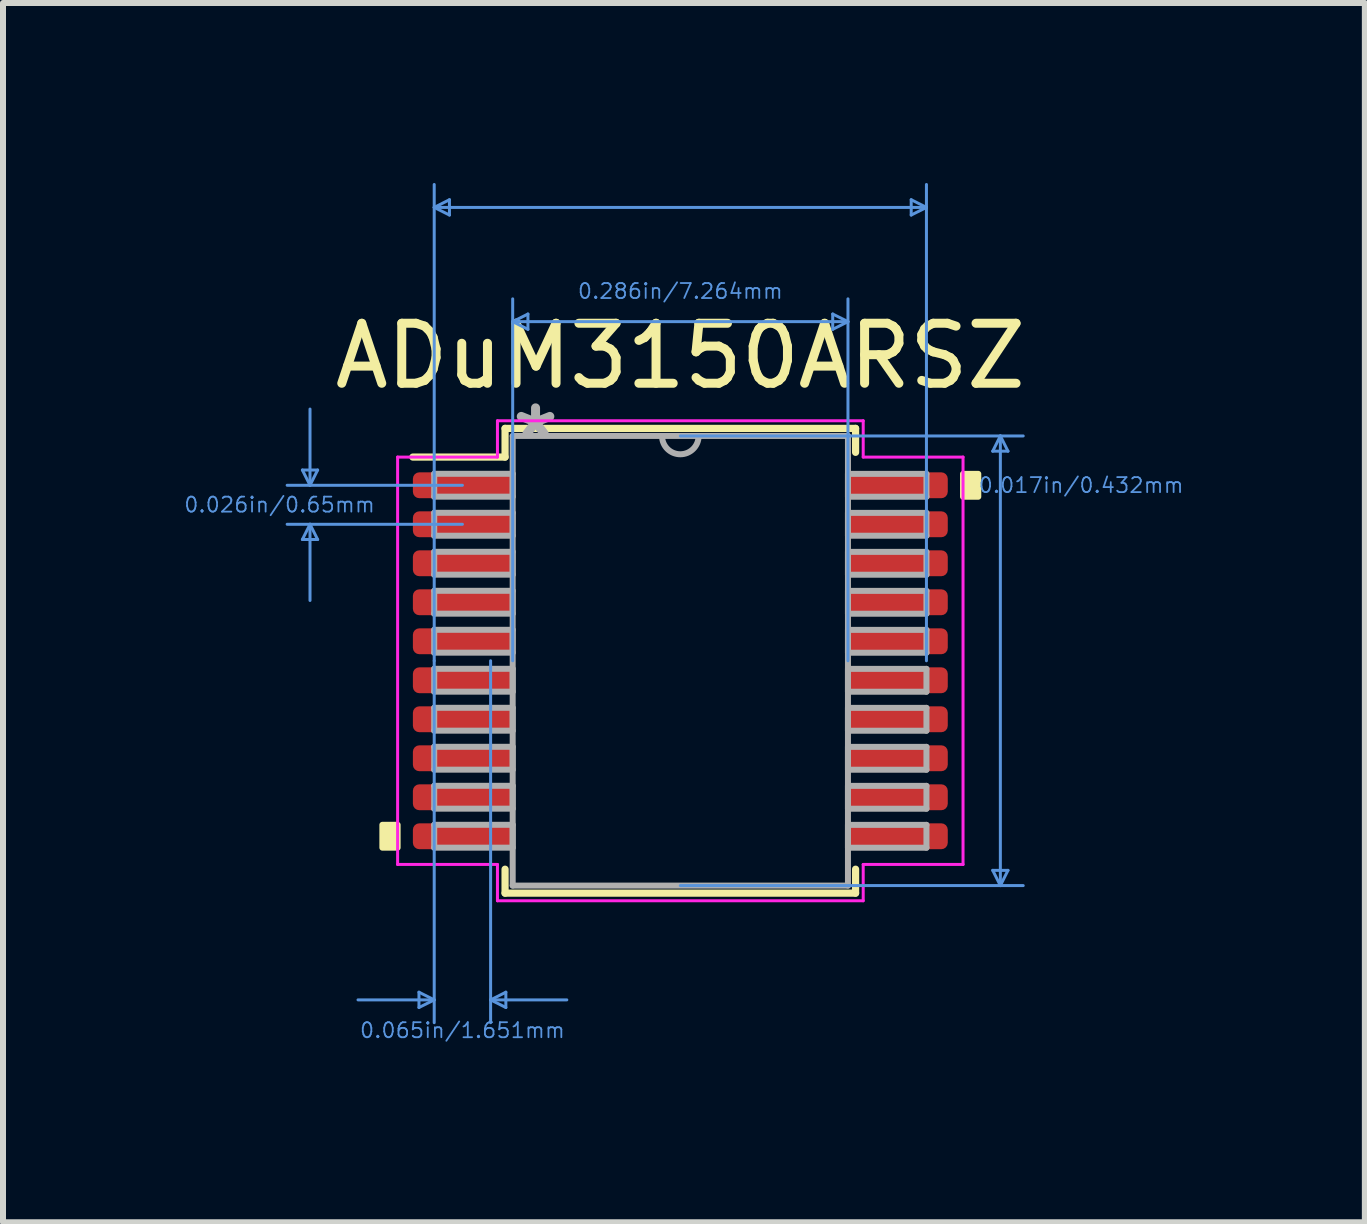
<source format=kicad_pcb>
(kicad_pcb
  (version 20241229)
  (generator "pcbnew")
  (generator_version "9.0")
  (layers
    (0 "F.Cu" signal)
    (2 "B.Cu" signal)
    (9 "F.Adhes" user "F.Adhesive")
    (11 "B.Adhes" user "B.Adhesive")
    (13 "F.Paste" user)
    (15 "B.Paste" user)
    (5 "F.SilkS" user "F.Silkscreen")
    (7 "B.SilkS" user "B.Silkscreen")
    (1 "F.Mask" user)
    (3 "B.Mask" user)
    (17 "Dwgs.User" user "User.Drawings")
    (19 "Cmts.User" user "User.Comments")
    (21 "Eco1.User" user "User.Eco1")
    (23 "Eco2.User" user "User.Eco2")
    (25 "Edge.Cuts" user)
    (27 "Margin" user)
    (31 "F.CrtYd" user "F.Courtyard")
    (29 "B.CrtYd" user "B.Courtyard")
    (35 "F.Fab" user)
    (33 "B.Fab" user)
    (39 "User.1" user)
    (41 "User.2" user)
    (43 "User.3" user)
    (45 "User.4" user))
  (footprint "ADuM3150ARSZ"
    (layer "F.Cu")
    (at 8.289 7.963)
    (property "Reference" "ADuM3150ARSZ" (at 0 -5.08 0) (layer "F.SilkS") (effects (font (size 1 1) (thickness 0.15))))
    (attr through_hole)
    (fp_line (start -2.921 -3.873) (end -2.921 -3.395) (stroke (width 0.12) (type solid)) (layer "F.SilkS"))
    (fp_line (start -2.921 -3.395) (end -4.458 -3.395) (stroke (width 0.12) (type solid)) (layer "F.SilkS"))
    (fp_line (start -2.921 3.474) (end -2.921 3.873) (stroke (width 0.12) (type solid)) (layer "F.SilkS"))
    (fp_line (start -2.921 3.873) (end 2.921 3.873) (stroke (width 0.12) (type solid)) (layer "F.SilkS"))
    (fp_line (start 2.921 -3.873) (end -2.921 -3.873) (stroke (width 0.12) (type solid)) (layer "F.SilkS"))
    (fp_line (start 2.921 -3.474) (end 2.921 -3.873) (stroke (width 0.12) (type solid)) (layer "F.SilkS"))
    (fp_line (start 2.921 3.873) (end 2.921 3.474) (stroke (width 0.12) (type solid)) (layer "F.SilkS"))
    (fp_poly (pts (xy -4.966 2.734) (xy -4.966 3.115) (xy -4.712 3.115) (xy -4.712 2.734)) (stroke (width 0.1) (type solid)) (fill yes) (layer "F.SilkS"))
    (fp_poly (pts (xy 4.966 -3.115) (xy 4.966 -2.734) (xy 4.712 -2.734) (xy 4.712 -3.115)) (stroke (width 0.1) (type solid)) (fill yes) (layer "F.SilkS"))
    (fp_line (start -6.299 -3.179) (end -6.045 -3.179) (stroke (width 0.05) (type solid)) (layer "Cmts.User"))
    (fp_line (start -6.299 -2.021) (end -6.045 -2.021) (stroke (width 0.05) (type solid)) (layer "Cmts.User"))
    (fp_line (start -6.172 -2.925) (end -6.299 -3.179) (stroke (width 0.05) (type solid)) (layer "Cmts.User"))
    (fp_line (start -6.172 -2.925) (end -6.172 -4.195) (stroke (width 0.05) (type solid)) (layer "Cmts.User"))
    (fp_line (start -6.172 -2.925) (end -6.045 -3.179) (stroke (width 0.05) (type solid)) (layer "Cmts.User"))
    (fp_line (start -6.172 -2.275) (end -6.299 -2.021) (stroke (width 0.05) (type solid)) (layer "Cmts.User"))
    (fp_line (start -6.172 -2.275) (end -6.172 -1.005) (stroke (width 0.05) (type solid)) (layer "Cmts.User"))
    (fp_line (start -6.172 -2.275) (end -6.045 -2.021) (stroke (width 0.05) (type solid)) (layer "Cmts.User"))
    (fp_line (start -4.356 5.524) (end -4.356 5.779) (stroke (width 0.05) (type solid)) (layer "Cmts.User"))
    (fp_line (start -4.102 -7.556) (end -3.848 -7.684) (stroke (width 0.05) (type solid)) (layer "Cmts.User"))
    (fp_line (start -4.102 -7.556) (end -3.848 -7.429) (stroke (width 0.05) (type solid)) (layer "Cmts.User"))
    (fp_line (start -4.102 -7.556) (end 4.102 -7.556) (stroke (width 0.05) (type solid)) (layer "Cmts.User"))
    (fp_line (start -4.102 0) (end -4.102 -7.938) (stroke (width 0.05) (type solid)) (layer "Cmts.User"))
    (fp_line (start -4.102 0) (end -4.102 6.032) (stroke (width 0.05) (type solid)) (layer "Cmts.User"))
    (fp_line (start -4.102 5.652) (end -5.372 5.652) (stroke (width 0.05) (type solid)) (layer "Cmts.User"))
    (fp_line (start -4.102 5.652) (end -4.356 5.524) (stroke (width 0.05) (type solid)) (layer "Cmts.User"))
    (fp_line (start -4.102 5.652) (end -4.356 5.779) (stroke (width 0.05) (type solid)) (layer "Cmts.User"))
    (fp_line (start -3.848 -7.684) (end -3.848 -7.429) (stroke (width 0.05) (type solid)) (layer "Cmts.User"))
    (fp_line (start -3.632 -2.925) (end -6.553 -2.925) (stroke (width 0.05) (type solid)) (layer "Cmts.User"))
    (fp_line (start -3.632 -2.275) (end -6.553 -2.275) (stroke (width 0.05) (type solid)) (layer "Cmts.User"))
    (fp_line (start -3.162 0) (end -3.162 6.032) (stroke (width 0.05) (type solid)) (layer "Cmts.User"))
    (fp_line (start -3.162 5.652) (end -2.908 5.524) (stroke (width 0.05) (type solid)) (layer "Cmts.User"))
    (fp_line (start -3.162 5.652) (end -2.908 5.779) (stroke (width 0.05) (type solid)) (layer "Cmts.User"))
    (fp_line (start -3.162 5.652) (end -1.892 5.652) (stroke (width 0.05) (type solid)) (layer "Cmts.User"))
    (fp_line (start -2.908 5.524) (end -2.908 5.779) (stroke (width 0.05) (type solid)) (layer "Cmts.User"))
    (fp_line (start -2.794 -5.652) (end -2.54 -5.779) (stroke (width 0.05) (type solid)) (layer "Cmts.User"))
    (fp_line (start -2.794 -5.652) (end -2.54 -5.524) (stroke (width 0.05) (type solid)) (layer "Cmts.User"))
    (fp_line (start -2.794 -5.652) (end 2.794 -5.652) (stroke (width 0.05) (type solid)) (layer "Cmts.User"))
    (fp_line (start -2.794 0) (end -2.794 -6.032) (stroke (width 0.05) (type solid)) (layer "Cmts.User"))
    (fp_line (start -2.54 -5.779) (end -2.54 -5.524) (stroke (width 0.05) (type solid)) (layer "Cmts.User"))
    (fp_line (start 0 -3.747) (end 5.715 -3.747) (stroke (width 0.05) (type solid)) (layer "Cmts.User"))
    (fp_line (start 0 3.747) (end 5.715 3.747) (stroke (width 0.05) (type solid)) (layer "Cmts.User"))
    (fp_line (start 2.54 -5.779) (end 2.54 -5.524) (stroke (width 0.05) (type solid)) (layer "Cmts.User"))
    (fp_line (start 2.794 -5.652) (end 2.54 -5.779) (stroke (width 0.05) (type solid)) (layer "Cmts.User"))
    (fp_line (start 2.794 -5.652) (end 2.54 -5.524) (stroke (width 0.05) (type solid)) (layer "Cmts.User"))
    (fp_line (start 2.794 0) (end 2.794 -6.032) (stroke (width 0.05) (type solid)) (layer "Cmts.User"))
    (fp_line (start 3.848 -7.684) (end 3.848 -7.429) (stroke (width 0.05) (type solid)) (layer "Cmts.User"))
    (fp_line (start 4.102 -7.556) (end 3.848 -7.684) (stroke (width 0.05) (type solid)) (layer "Cmts.User"))
    (fp_line (start 4.102 -7.556) (end 3.848 -7.429) (stroke (width 0.05) (type solid)) (layer "Cmts.User"))
    (fp_line (start 4.102 0) (end 4.102 -7.938) (stroke (width 0.05) (type solid)) (layer "Cmts.User"))
    (fp_line (start 5.207 -3.493) (end 5.461 -3.493) (stroke (width 0.05) (type solid)) (layer "Cmts.User"))
    (fp_line (start 5.207 3.493) (end 5.461 3.493) (stroke (width 0.05) (type solid)) (layer "Cmts.User"))
    (fp_line (start 5.334 -3.747) (end 5.207 -3.493) (stroke (width 0.05) (type solid)) (layer "Cmts.User"))
    (fp_line (start 5.334 -3.747) (end 5.334 3.747) (stroke (width 0.05) (type solid)) (layer "Cmts.User"))
    (fp_line (start 5.334 -3.747) (end 5.461 -3.493) (stroke (width 0.05) (type solid)) (layer "Cmts.User"))
    (fp_line (start 5.334 3.747) (end 5.207 3.493) (stroke (width 0.05) (type solid)) (layer "Cmts.User"))
    (fp_line (start 5.334 3.747) (end 5.461 3.493) (stroke (width 0.05) (type solid)) (layer "Cmts.User"))
    (fp_line (start -4.712 -3.395) (end -3.048 -3.395) (stroke (width 0.05) (type solid)) (layer "F.CrtYd"))
    (fp_line (start -4.712 3.395) (end -4.712 -3.395) (stroke (width 0.05) (type solid)) (layer "F.CrtYd"))
    (fp_line (start -3.048 -4) (end 3.048 -4) (stroke (width 0.05) (type solid)) (layer "F.CrtYd"))
    (fp_line (start -3.048 -3.395) (end -3.048 -4) (stroke (width 0.05) (type solid)) (layer "F.CrtYd"))
    (fp_line (start -3.048 3.395) (end -4.712 3.395) (stroke (width 0.05) (type solid)) (layer "F.CrtYd"))
    (fp_line (start -3.048 4) (end -3.048 3.395) (stroke (width 0.05) (type solid)) (layer "F.CrtYd"))
    (fp_line (start 3.048 -4) (end 3.048 -3.395) (stroke (width 0.05) (type solid)) (layer "F.CrtYd"))
    (fp_line (start 3.048 3.395) (end 3.048 4) (stroke (width 0.05) (type solid)) (layer "F.CrtYd"))
    (fp_line (start 3.048 4) (end -3.048 4) (stroke (width 0.05) (type solid)) (layer "F.CrtYd"))
    (fp_line (start 4.712 -3.395) (end 3.048 -3.395) (stroke (width 0.05) (type solid)) (layer "F.CrtYd"))
    (fp_line (start 4.712 -3.395) (end 4.712 3.395) (stroke (width 0.05) (type solid)) (layer "F.CrtYd"))
    (fp_line (start 4.712 3.395) (end 3.048 3.395) (stroke (width 0.05) (type solid)) (layer "F.CrtYd"))
    (fp_line (start -4.102 -3.116) (end -4.102 -2.735) (stroke (width 0.1) (type solid)) (layer "F.Fab"))
    (fp_line (start -4.102 -2.735) (end -2.794 -2.735) (stroke (width 0.1) (type solid)) (layer "F.Fab"))
    (fp_line (start -4.102 -2.466) (end -4.102 -2.084) (stroke (width 0.1) (type solid)) (layer "F.Fab"))
    (fp_line (start -4.102 -2.084) (end -2.794 -2.084) (stroke (width 0.1) (type solid)) (layer "F.Fab"))
    (fp_line (start -4.102 -1.816) (end -4.102 -1.435) (stroke (width 0.1) (type solid)) (layer "F.Fab"))
    (fp_line (start -4.102 -1.435) (end -2.794 -1.435) (stroke (width 0.1) (type solid)) (layer "F.Fab"))
    (fp_line (start -4.102 -1.166) (end -4.102 -0.785) (stroke (width 0.1) (type solid)) (layer "F.Fab"))
    (fp_line (start -4.102 -0.785) (end -2.794 -0.785) (stroke (width 0.1) (type solid)) (layer "F.Fab"))
    (fp_line (start -4.102 -0.516) (end -4.102 -0.135) (stroke (width 0.1) (type solid)) (layer "F.Fab"))
    (fp_line (start -4.102 -0.135) (end -2.794 -0.135) (stroke (width 0.1) (type solid)) (layer "F.Fab"))
    (fp_line (start -4.102 0.134) (end -4.102 0.515) (stroke (width 0.1) (type solid)) (layer "F.Fab"))
    (fp_line (start -4.102 0.515) (end -2.794 0.515) (stroke (width 0.1) (type solid)) (layer "F.Fab"))
    (fp_line (start -4.102 0.784) (end -4.102 1.165) (stroke (width 0.1) (type solid)) (layer "F.Fab"))
    (fp_line (start -4.102 1.165) (end -2.794 1.165) (stroke (width 0.1) (type solid)) (layer "F.Fab"))
    (fp_line (start -4.102 1.434) (end -4.102 1.815) (stroke (width 0.1) (type solid)) (layer "F.Fab"))
    (fp_line (start -4.102 1.815) (end -2.794 1.815) (stroke (width 0.1) (type solid)) (layer "F.Fab"))
    (fp_line (start -4.102 2.084) (end -4.102 2.465) (stroke (width 0.1) (type solid)) (layer "F.Fab"))
    (fp_line (start -4.102 2.465) (end -2.794 2.465) (stroke (width 0.1) (type solid)) (layer "F.Fab"))
    (fp_line (start -4.102 2.734) (end -4.102 3.115) (stroke (width 0.1) (type solid)) (layer "F.Fab"))
    (fp_line (start -4.102 3.115) (end -2.794 3.115) (stroke (width 0.1) (type solid)) (layer "F.Fab"))
    (fp_line (start -2.794 -3.747) (end -2.794 3.747) (stroke (width 0.1) (type solid)) (layer "F.Fab"))
    (fp_line (start -2.794 -3.116) (end -4.102 -3.116) (stroke (width 0.1) (type solid)) (layer "F.Fab"))
    (fp_line (start -2.794 -2.735) (end -2.794 -3.116) (stroke (width 0.1) (type solid)) (layer "F.Fab"))
    (fp_line (start -2.794 -2.466) (end -4.102 -2.466) (stroke (width 0.1) (type solid)) (layer "F.Fab"))
    (fp_line (start -2.794 -2.084) (end -2.794 -2.466) (stroke (width 0.1) (type solid)) (layer "F.Fab"))
    (fp_line (start -2.794 -1.816) (end -4.102 -1.816) (stroke (width 0.1) (type solid)) (layer "F.Fab"))
    (fp_line (start -2.794 -1.435) (end -2.794 -1.816) (stroke (width 0.1) (type solid)) (layer "F.Fab"))
    (fp_line (start -2.794 -1.166) (end -4.102 -1.166) (stroke (width 0.1) (type solid)) (layer "F.Fab"))
    (fp_line (start -2.794 -0.785) (end -2.794 -1.166) (stroke (width 0.1) (type solid)) (layer "F.Fab"))
    (fp_line (start -2.794 -0.516) (end -4.102 -0.516) (stroke (width 0.1) (type solid)) (layer "F.Fab"))
    (fp_line (start -2.794 -0.135) (end -2.794 -0.516) (stroke (width 0.1) (type solid)) (layer "F.Fab"))
    (fp_line (start -2.794 0.134) (end -4.102 0.134) (stroke (width 0.1) (type solid)) (layer "F.Fab"))
    (fp_line (start -2.794 0.515) (end -2.794 0.134) (stroke (width 0.1) (type solid)) (layer "F.Fab"))
    (fp_line (start -2.794 0.784) (end -4.102 0.784) (stroke (width 0.1) (type solid)) (layer "F.Fab"))
    (fp_line (start -2.794 1.165) (end -2.794 0.784) (stroke (width 0.1) (type solid)) (layer "F.Fab"))
    (fp_line (start -2.794 1.434) (end -4.102 1.434) (stroke (width 0.1) (type solid)) (layer "F.Fab"))
    (fp_line (start -2.794 1.815) (end -2.794 1.434) (stroke (width 0.1) (type solid)) (layer "F.Fab"))
    (fp_line (start -2.794 2.084) (end -4.102 2.084) (stroke (width 0.1) (type solid)) (layer "F.Fab"))
    (fp_line (start -2.794 2.465) (end -2.794 2.084) (stroke (width 0.1) (type solid)) (layer "F.Fab"))
    (fp_line (start -2.794 2.734) (end -4.102 2.734) (stroke (width 0.1) (type solid)) (layer "F.Fab"))
    (fp_line (start -2.794 3.115) (end -2.794 2.734) (stroke (width 0.1) (type solid)) (layer "F.Fab"))
    (fp_line (start -2.794 3.747) (end 2.794 3.747) (stroke (width 0.1) (type solid)) (layer "F.Fab"))
    (fp_line (start 2.794 -3.747) (end -2.794 -3.747) (stroke (width 0.1) (type solid)) (layer "F.Fab"))
    (fp_line (start 2.794 -3.115) (end 2.794 -2.734) (stroke (width 0.1) (type solid)) (layer "F.Fab"))
    (fp_line (start 2.794 -2.734) (end 4.102 -2.734) (stroke (width 0.1) (type solid)) (layer "F.Fab"))
    (fp_line (start 2.794 -2.465) (end 2.794 -2.084) (stroke (width 0.1) (type solid)) (layer "F.Fab"))
    (fp_line (start 2.794 -2.084) (end 4.102 -2.084) (stroke (width 0.1) (type solid)) (layer "F.Fab"))
    (fp_line (start 2.794 -1.815) (end 2.794 -1.434) (stroke (width 0.1) (type solid)) (layer "F.Fab"))
    (fp_line (start 2.794 -1.434) (end 4.102 -1.434) (stroke (width 0.1) (type solid)) (layer "F.Fab"))
    (fp_line (start 2.794 -1.165) (end 2.794 -0.784) (stroke (width 0.1) (type solid)) (layer "F.Fab"))
    (fp_line (start 2.794 -0.784) (end 4.102 -0.784) (stroke (width 0.1) (type solid)) (layer "F.Fab"))
    (fp_line (start 2.794 -0.515) (end 2.794 -0.134) (stroke (width 0.1) (type solid)) (layer "F.Fab"))
    (fp_line (start 2.794 -0.134) (end 4.102 -0.134) (stroke (width 0.1) (type solid)) (layer "F.Fab"))
    (fp_line (start 2.794 0.135) (end 2.794 0.516) (stroke (width 0.1) (type solid)) (layer "F.Fab"))
    (fp_line (start 2.794 0.516) (end 4.102 0.516) (stroke (width 0.1) (type solid)) (layer "F.Fab"))
    (fp_line (start 2.794 0.785) (end 2.794 1.166) (stroke (width 0.1) (type solid)) (layer "F.Fab"))
    (fp_line (start 2.794 1.166) (end 4.102 1.166) (stroke (width 0.1) (type solid)) (layer "F.Fab"))
    (fp_line (start 2.794 1.435) (end 2.794 1.816) (stroke (width 0.1) (type solid)) (layer "F.Fab"))
    (fp_line (start 2.794 1.816) (end 4.102 1.816) (stroke (width 0.1) (type solid)) (layer "F.Fab"))
    (fp_line (start 2.794 2.085) (end 2.794 2.466) (stroke (width 0.1) (type solid)) (layer "F.Fab"))
    (fp_line (start 2.794 2.466) (end 4.102 2.466) (stroke (width 0.1) (type solid)) (layer "F.Fab"))
    (fp_line (start 2.794 2.735) (end 2.794 3.116) (stroke (width 0.1) (type solid)) (layer "F.Fab"))
    (fp_line (start 2.794 3.116) (end 4.102 3.116) (stroke (width 0.1) (type solid)) (layer "F.Fab"))
    (fp_line (start 2.794 3.747) (end 2.794 -3.747) (stroke (width 0.1) (type solid)) (layer "F.Fab"))
    (fp_line (start 4.102 -3.115) (end 2.794 -3.115) (stroke (width 0.1) (type solid)) (layer "F.Fab"))
    (fp_line (start 4.102 -2.734) (end 4.102 -3.115) (stroke (width 0.1) (type solid)) (layer "F.Fab"))
    (fp_line (start 4.102 -2.465) (end 2.794 -2.465) (stroke (width 0.1) (type solid)) (layer "F.Fab"))
    (fp_line (start 4.102 -2.084) (end 4.102 -2.465) (stroke (width 0.1) (type solid)) (layer "F.Fab"))
    (fp_line (start 4.102 -1.815) (end 2.794 -1.815) (stroke (width 0.1) (type solid)) (layer "F.Fab"))
    (fp_line (start 4.102 -1.434) (end 4.102 -1.815) (stroke (width 0.1) (type solid)) (layer "F.Fab"))
    (fp_line (start 4.102 -1.165) (end 2.794 -1.165) (stroke (width 0.1) (type solid)) (layer "F.Fab"))
    (fp_line (start 4.102 -0.784) (end 4.102 -1.165) (stroke (width 0.1) (type solid)) (layer "F.Fab"))
    (fp_line (start 4.102 -0.515) (end 2.794 -0.515) (stroke (width 0.1) (type solid)) (layer "F.Fab"))
    (fp_line (start 4.102 -0.134) (end 4.102 -0.515) (stroke (width 0.1) (type solid)) (layer "F.Fab"))
    (fp_line (start 4.102 0.135) (end 2.794 0.135) (stroke (width 0.1) (type solid)) (layer "F.Fab"))
    (fp_line (start 4.102 0.516) (end 4.102 0.135) (stroke (width 0.1) (type solid)) (layer "F.Fab"))
    (fp_line (start 4.102 0.785) (end 2.794 0.785) (stroke (width 0.1) (type solid)) (layer "F.Fab"))
    (fp_line (start 4.102 1.166) (end 4.102 0.785) (stroke (width 0.1) (type solid)) (layer "F.Fab"))
    (fp_line (start 4.102 1.435) (end 2.794 1.435) (stroke (width 0.1) (type solid)) (layer "F.Fab"))
    (fp_line (start 4.102 1.816) (end 4.102 1.435) (stroke (width 0.1) (type solid)) (layer "F.Fab"))
    (fp_line (start 4.102 2.085) (end 2.794 2.085) (stroke (width 0.1) (type solid)) (layer "F.Fab"))
    (fp_line (start 4.102 2.466) (end 4.102 2.085) (stroke (width 0.1) (type solid)) (layer "F.Fab"))
    (fp_line (start 4.102 2.735) (end 2.794 2.735) (stroke (width 0.1) (type solid)) (layer "F.Fab"))
    (fp_line (start 4.102 3.116) (end 4.102 2.735) (stroke (width 0.1) (type solid)) (layer "F.Fab"))
    (fp_arc (start 0.3048 -3.7465) (mid 0 -3.4417) (end -0.3048 -3.7465) (stroke (width 0.1) (type solid)) (layer "F.Fab"))
    (fp_text user "0.286in/7.264mm" (at 0 -6.16 0) (layer "Cmts.User") (effects (font (size 0.25 0.25) (thickness 0.03))))
    (fp_text user "0.065in/1.651mm" (at -3.632 6.16 0) (layer "Cmts.User") (effects (font (size 0.25 0.25) (thickness 0.03))))
    (fp_text user "0.026in/0.65mm" (at -6.68 -2.6 0) (layer "Cmts.User") (effects (font (size 0.25 0.25) (thickness 0.03))))
    (fp_text user "0.017in/0.432mm" (at 6.68 -2.925 0) (layer "Cmts.User") (effects (font (size 0.25 0.25) (thickness 0.03))))
    (fp_text user "*" (at -2.413 -3.67 0) (layer "F.Fab") (effects (font (size 1 1) (thickness 0.15))))
    (pad "1" smd roundrect (at -3.632 -2.925) (size 1.651 0.432) (layers "F.Cu" "F.Mask" "F.Paste") (roundrect_rratio 0.25))
    (pad "2" smd roundrect (at -3.632 -2.275) (size 1.651 0.432) (layers "F.Cu" "F.Mask" "F.Paste") (roundrect_rratio 0.25))
    (pad "3" smd roundrect (at -3.632 -1.625) (size 1.651 0.432) (layers "F.Cu" "F.Mask" "F.Paste") (roundrect_rratio 0.25))
    (pad "4" smd roundrect (at -3.632 -0.975) (size 1.651 0.432) (layers "F.Cu" "F.Mask" "F.Paste") (roundrect_rratio 0.25))
    (pad "5" smd roundrect (at -3.632 -0.325) (size 1.651 0.432) (layers "F.Cu" "F.Mask" "F.Paste") (roundrect_rratio 0.25))
    (pad "6" smd roundrect (at -3.632 0.325) (size 1.651 0.432) (layers "F.Cu" "F.Mask" "F.Paste") (roundrect_rratio 0.25))
    (pad "7" smd roundrect (at -3.632 0.975) (size 1.651 0.432) (layers "F.Cu" "F.Mask" "F.Paste") (roundrect_rratio 0.25))
    (pad "8" smd roundrect (at -3.632 1.625) (size 1.651 0.432) (layers "F.Cu" "F.Mask" "F.Paste") (roundrect_rratio 0.25))
    (pad "9" smd roundrect (at -3.632 2.275) (size 1.651 0.432) (layers "F.Cu" "F.Mask" "F.Paste") (roundrect_rratio 0.25))
    (pad "10" smd roundrect (at -3.632 2.925) (size 1.651 0.432) (layers "F.Cu" "F.Mask" "F.Paste") (roundrect_rratio 0.25))
    (pad "11" smd roundrect (at 3.632 2.925) (size 1.651 0.432) (layers "F.Cu" "F.Mask" "F.Paste") (roundrect_rratio 0.25))
    (pad "12" smd roundrect (at 3.632 2.275) (size 1.651 0.432) (layers "F.Cu" "F.Mask" "F.Paste") (roundrect_rratio 0.25))
    (pad "13" smd roundrect (at 3.632 1.625) (size 1.651 0.432) (layers "F.Cu" "F.Mask" "F.Paste") (roundrect_rratio 0.25))
    (pad "14" smd roundrect (at 3.632 0.975) (size 1.651 0.432) (layers "F.Cu" "F.Mask" "F.Paste") (roundrect_rratio 0.25))
    (pad "15" smd roundrect (at 3.632 0.325) (size 1.651 0.432) (layers "F.Cu" "F.Mask" "F.Paste") (roundrect_rratio 0.25))
    (pad "16" smd roundrect (at 3.632 -0.325) (size 1.651 0.432) (layers "F.Cu" "F.Mask" "F.Paste") (roundrect_rratio 0.25))
    (pad "17" smd roundrect (at 3.632 -0.975) (size 1.651 0.432) (layers "F.Cu" "F.Mask" "F.Paste") (roundrect_rratio 0.25))
    (pad "18" smd roundrect (at 3.632 -1.625) (size 1.651 0.432) (layers "F.Cu" "F.Mask" "F.Paste") (roundrect_rratio 0.25))
    (pad "19" smd roundrect (at 3.632 -2.275) (size 1.651 0.432) (layers "F.Cu" "F.Mask" "F.Paste") (roundrect_rratio 0.25))
    (pad "20" smd roundrect (at 3.632 -2.925) (size 1.651 0.432) (layers "F.Cu" "F.Mask" "F.Paste") (roundrect_rratio 0.25)))
  (gr_rect
    (start -3 -3)
    (end 19.698 17.321)
    (stroke (width 0.1) (type default))
    (fill no)
    (layer "Edge.Cuts")))
</source>
